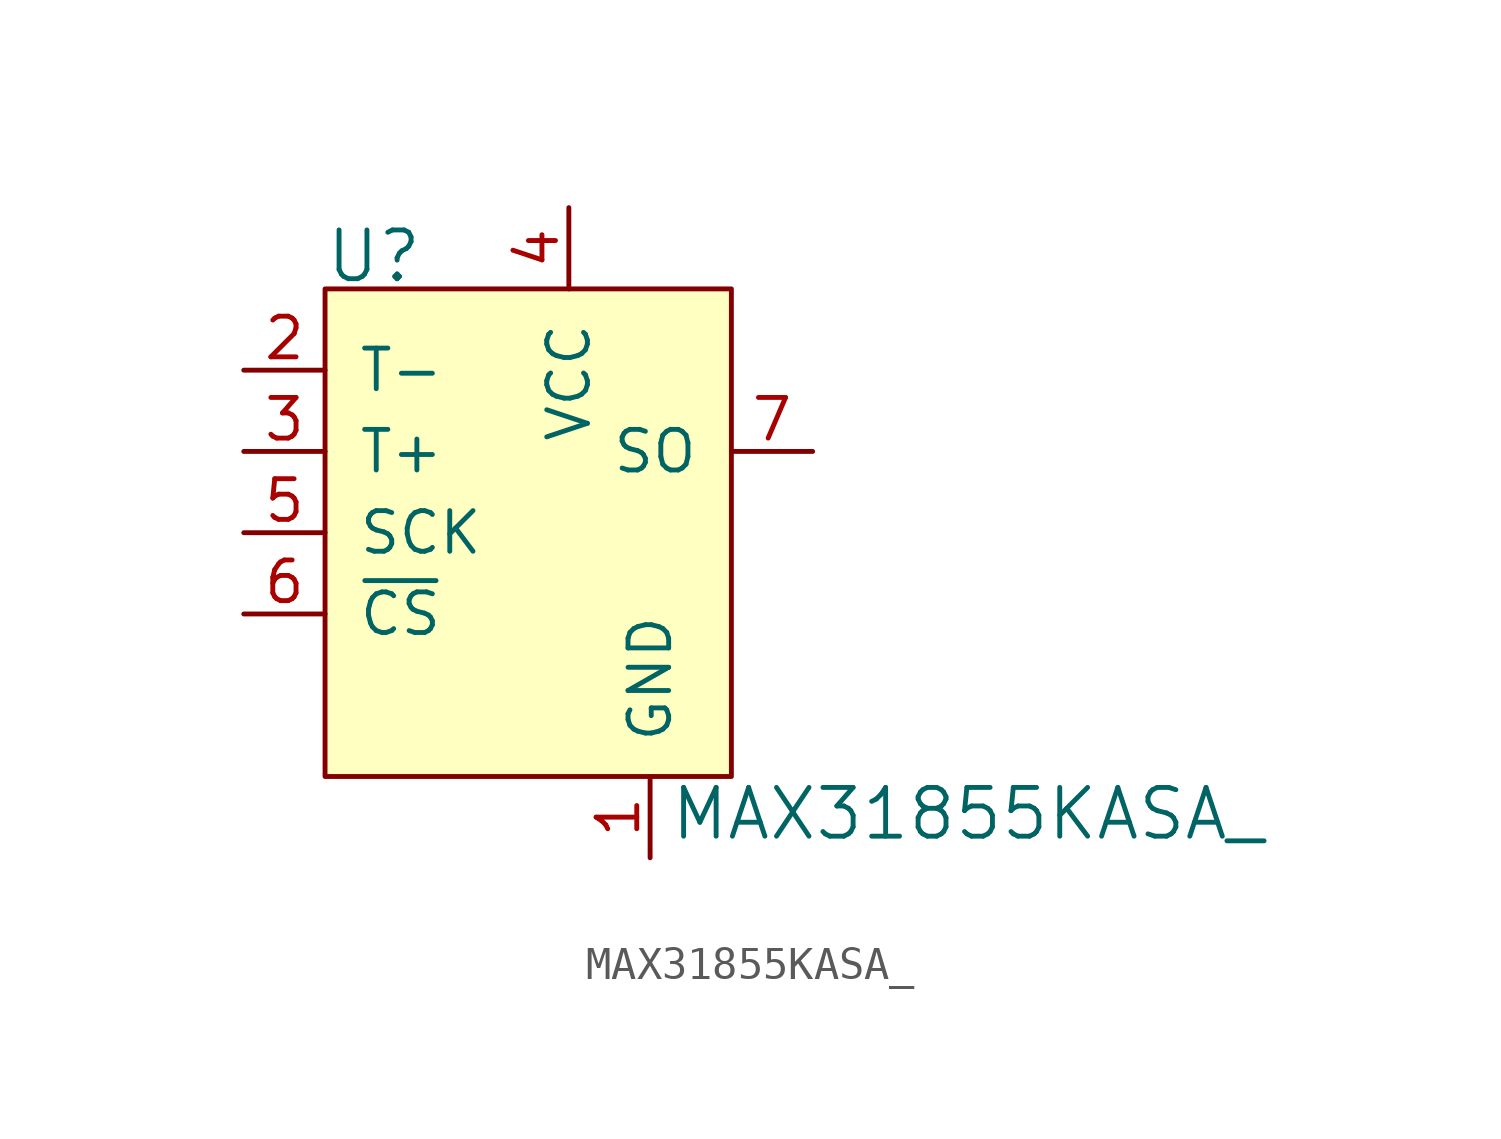
<source format=kicad_sym>
(kicad_symbol_lib
  (version 20211014)
  (generator kicad_symbol_editor)
  (symbol "MAX31855KASA_"
    (pin_names
      (offset 1.016))
    (property "Reference" "U"
      (at -5.105 1.016 0)
      (effects (font (size 1.524 1.524)) (justify left)))
    (property "Value" "MAX31855KASA_"
      (at 5.664 -16.408 0)
      (effects (font (size 1.524 1.524)) (justify left)))
    (symbol "MAX31855KASA__0_1"
      (rectangle (start -5.08 0) (end 7.62 -15.24) (stroke (width 0) (type default) (color 0 0 0 0)) (fill (type background))))
    (symbol "MAX31855KASA__1_1"
      (pin power_in line (at 5.08 -17.78 90) (length 2.54) (name "GND" (effects (font (size 1.27 1.27)))) (number "1" (effects (font (size 1.27 1.27)))))
      (pin input line (at -7.62 -2.54 0) (length 2.54) (name "T-" (effects (font (size 1.27 1.27)))) (number "2" (effects (font (size 1.27 1.27)))))
      (pin input line (at -7.62 -5.08 0) (length 2.54) (name "T+" (effects (font (size 1.27 1.27)))) (number "3" (effects (font (size 1.27 1.27)))))
      (pin power_in line (at 2.54 2.54 270) (length 2.54) (name "VCC" (effects (font (size 1.27 1.27)))) (number "4" (effects (font (size 1.27 1.27)))))
      (pin input line (at -7.62 -7.62 0) (length 2.54) (name "SCK" (effects (font (size 1.27 1.27)))) (number "5" (effects (font (size 1.27 1.27)))))
      (pin input line (at -7.62 -10.16 0) (length 2.54) (name "~{CS}" (effects (font (size 1.27 1.27)))) (number "6" (effects (font (size 1.27 1.27)))))
      (pin output line (at 10.16 -5.08 180) (length 2.54) (name "SO" (effects (font (size 1.27 1.27)))) (number "7" (effects (font (size 1.27 1.27)))))
      (pin no_connect line (at -5.08 -12.7 0) (length 2.54) hide (name "DNC" (effects (font (size 1.27 1.27)))) (number "8" (effects (font (size 1.27 1.27))))))))
</source>
